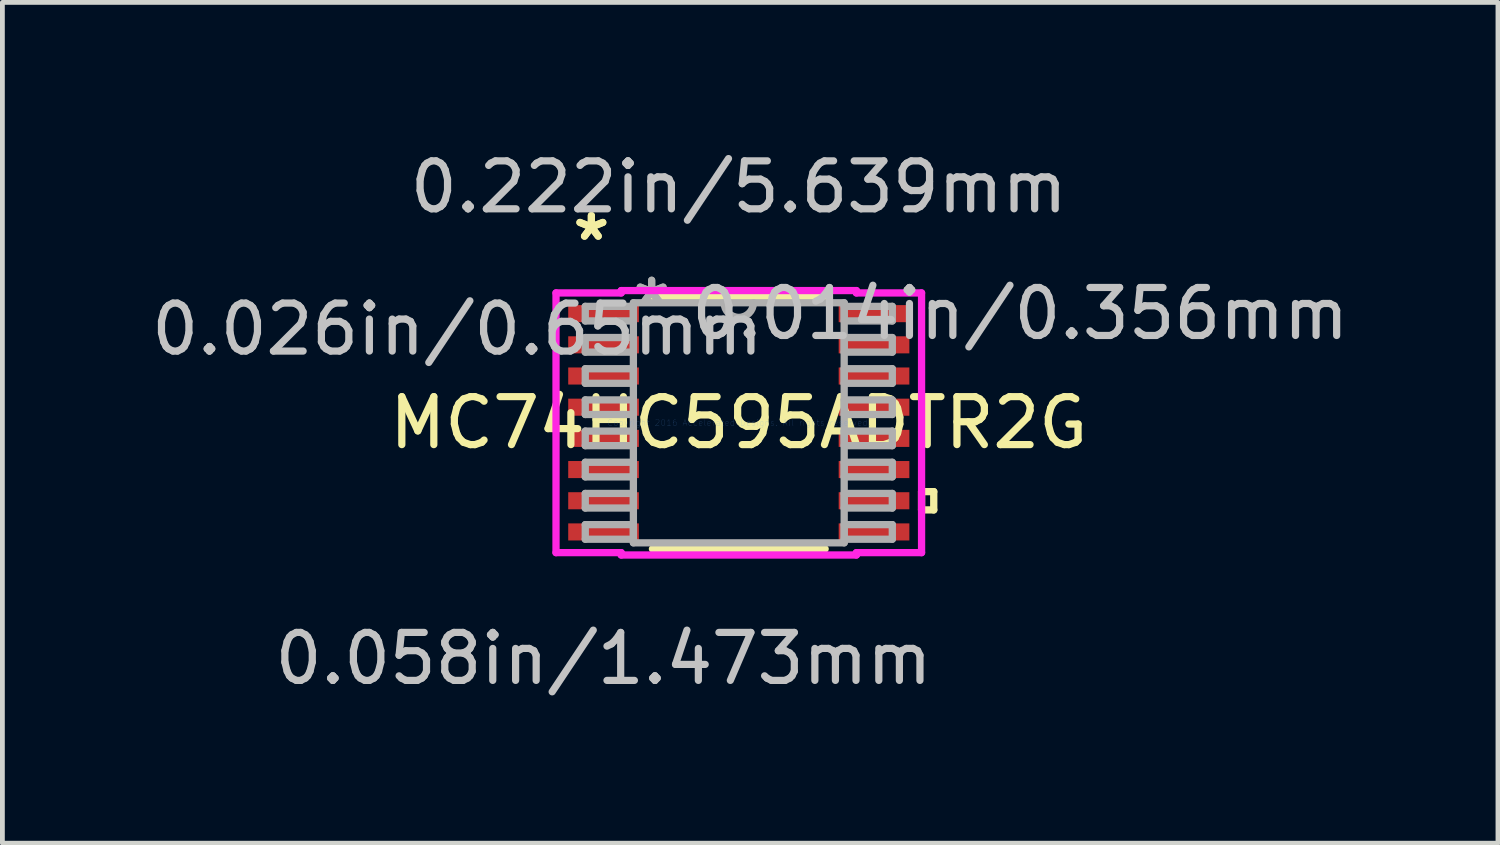
<source format=kicad_pcb>
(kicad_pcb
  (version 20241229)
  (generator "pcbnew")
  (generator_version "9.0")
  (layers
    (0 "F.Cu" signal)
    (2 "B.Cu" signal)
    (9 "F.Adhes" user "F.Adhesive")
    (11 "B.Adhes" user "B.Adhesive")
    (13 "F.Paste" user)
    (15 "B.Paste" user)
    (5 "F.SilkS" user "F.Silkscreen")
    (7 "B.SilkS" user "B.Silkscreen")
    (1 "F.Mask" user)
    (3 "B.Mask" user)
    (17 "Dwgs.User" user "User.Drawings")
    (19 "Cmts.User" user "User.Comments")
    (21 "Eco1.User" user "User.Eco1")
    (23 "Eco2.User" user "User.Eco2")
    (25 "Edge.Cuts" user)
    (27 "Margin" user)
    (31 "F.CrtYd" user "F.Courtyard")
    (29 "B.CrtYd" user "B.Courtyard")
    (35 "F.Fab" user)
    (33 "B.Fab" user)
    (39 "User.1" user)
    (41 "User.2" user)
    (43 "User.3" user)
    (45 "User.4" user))
  (footprint "MC74HC595ADTR2G"
    (layer "F.Cu")
    (at 12.35 5.763)
    (property "Reference" "MC74HC595ADTR2G" (at 0 0 0) (layer "F.SilkS") (effects (font (size 1 1) (thickness 0.15))))
    (attr through_hole)
    (fp_line (start -1.8 2.629) (end 1.8 2.629) (stroke (width 0.152) (type solid)) (layer "F.SilkS"))
    (fp_line (start 1.8 -2.629) (end -1.8 -2.629) (stroke (width 0.152) (type solid)) (layer "F.SilkS"))
    (fp_line (start 3.81 1.435) (end 4.064 1.435) (stroke (width 0.152) (type solid)) (layer "F.SilkS"))
    (fp_line (start 3.81 1.816) (end 3.81 1.435) (stroke (width 0.152) (type solid)) (layer "F.SilkS"))
    (fp_line (start 4.064 1.435) (end 4.064 1.816) (stroke (width 0.152) (type solid)) (layer "F.SilkS"))
    (fp_line (start 4.064 1.816) (end 3.81 1.816) (stroke (width 0.152) (type solid)) (layer "F.SilkS"))
    (fp_line (start -3.81 -2.707) (end -2.451 -2.707) (stroke (width 0.152) (type solid)) (layer "F.CrtYd"))
    (fp_line (start -3.81 2.707) (end -3.81 -2.707) (stroke (width 0.152) (type solid)) (layer "F.CrtYd"))
    (fp_line (start -2.451 -2.756) (end 2.451 -2.756) (stroke (width 0.152) (type solid)) (layer "F.CrtYd"))
    (fp_line (start -2.451 -2.707) (end -2.451 -2.756) (stroke (width 0.152) (type solid)) (layer "F.CrtYd"))
    (fp_line (start -2.451 2.707) (end -3.81 2.707) (stroke (width 0.152) (type solid)) (layer "F.CrtYd"))
    (fp_line (start -2.451 2.756) (end -2.451 2.707) (stroke (width 0.152) (type solid)) (layer "F.CrtYd"))
    (fp_line (start 2.451 -2.756) (end 2.451 -2.707) (stroke (width 0.152) (type solid)) (layer "F.CrtYd"))
    (fp_line (start 2.451 -2.707) (end 3.81 -2.707) (stroke (width 0.152) (type solid)) (layer "F.CrtYd"))
    (fp_line (start 2.451 2.707) (end 2.451 2.756) (stroke (width 0.152) (type solid)) (layer "F.CrtYd"))
    (fp_line (start 2.451 2.756) (end -2.451 2.756) (stroke (width 0.152) (type solid)) (layer "F.CrtYd"))
    (fp_line (start 3.81 -2.707) (end 3.81 2.707) (stroke (width 0.152) (type solid)) (layer "F.CrtYd"))
    (fp_line (start 3.81 2.707) (end 2.451 2.707) (stroke (width 0.152) (type solid)) (layer "F.CrtYd"))
    (fp_line (start -3.2 -2.427) (end -3.2 -2.123) (stroke (width 0.152) (type solid)) (layer "F.Fab"))
    (fp_line (start -3.2 -2.123) (end -2.197 -2.123) (stroke (width 0.152) (type solid)) (layer "F.Fab"))
    (fp_line (start -3.2 -1.777) (end -3.2 -1.473) (stroke (width 0.152) (type solid)) (layer "F.Fab"))
    (fp_line (start -3.2 -1.473) (end -2.197 -1.473) (stroke (width 0.152) (type solid)) (layer "F.Fab"))
    (fp_line (start -3.2 -1.127) (end -3.2 -0.823) (stroke (width 0.152) (type solid)) (layer "F.Fab"))
    (fp_line (start -3.2 -0.823) (end -2.197 -0.823) (stroke (width 0.152) (type solid)) (layer "F.Fab"))
    (fp_line (start -3.2 -0.477) (end -3.2 -0.173) (stroke (width 0.152) (type solid)) (layer "F.Fab"))
    (fp_line (start -3.2 -0.173) (end -2.197 -0.173) (stroke (width 0.152) (type solid)) (layer "F.Fab"))
    (fp_line (start -3.2 0.173) (end -3.2 0.477) (stroke (width 0.152) (type solid)) (layer "F.Fab"))
    (fp_line (start -3.2 0.477) (end -2.197 0.477) (stroke (width 0.152) (type solid)) (layer "F.Fab"))
    (fp_line (start -3.2 0.823) (end -3.2 1.127) (stroke (width 0.152) (type solid)) (layer "F.Fab"))
    (fp_line (start -3.2 1.127) (end -2.197 1.127) (stroke (width 0.152) (type solid)) (layer "F.Fab"))
    (fp_line (start -3.2 1.473) (end -3.2 1.777) (stroke (width 0.152) (type solid)) (layer "F.Fab"))
    (fp_line (start -3.2 1.777) (end -2.197 1.777) (stroke (width 0.152) (type solid)) (layer "F.Fab"))
    (fp_line (start -3.2 2.123) (end -3.2 2.427) (stroke (width 0.152) (type solid)) (layer "F.Fab"))
    (fp_line (start -3.2 2.427) (end -2.197 2.427) (stroke (width 0.152) (type solid)) (layer "F.Fab"))
    (fp_line (start -2.197 -2.502) (end -2.197 2.502) (stroke (width 0.152) (type solid)) (layer "F.Fab"))
    (fp_line (start -2.197 -2.427) (end -3.2 -2.427) (stroke (width 0.152) (type solid)) (layer "F.Fab"))
    (fp_line (start -2.197 -2.123) (end -2.197 -2.427) (stroke (width 0.152) (type solid)) (layer "F.Fab"))
    (fp_line (start -2.197 -1.777) (end -3.2 -1.777) (stroke (width 0.152) (type solid)) (layer "F.Fab"))
    (fp_line (start -2.197 -1.473) (end -2.197 -1.777) (stroke (width 0.152) (type solid)) (layer "F.Fab"))
    (fp_line (start -2.197 -1.127) (end -3.2 -1.127) (stroke (width 0.152) (type solid)) (layer "F.Fab"))
    (fp_line (start -2.197 -0.823) (end -2.197 -1.127) (stroke (width 0.152) (type solid)) (layer "F.Fab"))
    (fp_line (start -2.197 -0.477) (end -3.2 -0.477) (stroke (width 0.152) (type solid)) (layer "F.Fab"))
    (fp_line (start -2.197 -0.173) (end -2.197 -0.477) (stroke (width 0.152) (type solid)) (layer "F.Fab"))
    (fp_line (start -2.197 0.173) (end -3.2 0.173) (stroke (width 0.152) (type solid)) (layer "F.Fab"))
    (fp_line (start -2.197 0.477) (end -2.197 0.173) (stroke (width 0.152) (type solid)) (layer "F.Fab"))
    (fp_line (start -2.197 0.823) (end -3.2 0.823) (stroke (width 0.152) (type solid)) (layer "F.Fab"))
    (fp_line (start -2.197 1.127) (end -2.197 0.823) (stroke (width 0.152) (type solid)) (layer "F.Fab"))
    (fp_line (start -2.197 1.473) (end -3.2 1.473) (stroke (width 0.152) (type solid)) (layer "F.Fab"))
    (fp_line (start -2.197 1.777) (end -2.197 1.473) (stroke (width 0.152) (type solid)) (layer "F.Fab"))
    (fp_line (start -2.197 2.123) (end -3.2 2.123) (stroke (width 0.152) (type solid)) (layer "F.Fab"))
    (fp_line (start -2.197 2.427) (end -2.197 2.123) (stroke (width 0.152) (type solid)) (layer "F.Fab"))
    (fp_line (start -2.197 2.502) (end 2.197 2.502) (stroke (width 0.152) (type solid)) (layer "F.Fab"))
    (fp_line (start 2.197 -2.502) (end -2.197 -2.502) (stroke (width 0.152) (type solid)) (layer "F.Fab"))
    (fp_line (start 2.197 -2.427) (end 2.197 -2.123) (stroke (width 0.152) (type solid)) (layer "F.Fab"))
    (fp_line (start 2.197 -2.123) (end 3.2 -2.123) (stroke (width 0.152) (type solid)) (layer "F.Fab"))
    (fp_line (start 2.197 -1.777) (end 2.197 -1.473) (stroke (width 0.152) (type solid)) (layer "F.Fab"))
    (fp_line (start 2.197 -1.473) (end 3.2 -1.473) (stroke (width 0.152) (type solid)) (layer "F.Fab"))
    (fp_line (start 2.197 -1.127) (end 2.197 -0.823) (stroke (width 0.152) (type solid)) (layer "F.Fab"))
    (fp_line (start 2.197 -0.823) (end 3.2 -0.823) (stroke (width 0.152) (type solid)) (layer "F.Fab"))
    (fp_line (start 2.197 -0.477) (end 2.197 -0.173) (stroke (width 0.152) (type solid)) (layer "F.Fab"))
    (fp_line (start 2.197 -0.173) (end 3.2 -0.173) (stroke (width 0.152) (type solid)) (layer "F.Fab"))
    (fp_line (start 2.197 0.173) (end 2.197 0.477) (stroke (width 0.152) (type solid)) (layer "F.Fab"))
    (fp_line (start 2.197 0.477) (end 3.2 0.477) (stroke (width 0.152) (type solid)) (layer "F.Fab"))
    (fp_line (start 2.197 0.823) (end 2.197 1.127) (stroke (width 0.152) (type solid)) (layer "F.Fab"))
    (fp_line (start 2.197 1.127) (end 3.2 1.127) (stroke (width 0.152) (type solid)) (layer "F.Fab"))
    (fp_line (start 2.197 1.473) (end 2.197 1.777) (stroke (width 0.152) (type solid)) (layer "F.Fab"))
    (fp_line (start 2.197 1.777) (end 3.2 1.777) (stroke (width 0.152) (type solid)) (layer "F.Fab"))
    (fp_line (start 2.197 2.123) (end 2.197 2.427) (stroke (width 0.152) (type solid)) (layer "F.Fab"))
    (fp_line (start 2.197 2.427) (end 3.2 2.427) (stroke (width 0.152) (type solid)) (layer "F.Fab"))
    (fp_line (start 2.197 2.502) (end 2.197 -2.502) (stroke (width 0.152) (type solid)) (layer "F.Fab"))
    (fp_line (start 3.2 -2.427) (end 2.197 -2.427) (stroke (width 0.152) (type solid)) (layer "F.Fab"))
    (fp_line (start 3.2 -2.123) (end 3.2 -2.427) (stroke (width 0.152) (type solid)) (layer "F.Fab"))
    (fp_line (start 3.2 -1.777) (end 2.197 -1.777) (stroke (width 0.152) (type solid)) (layer "F.Fab"))
    (fp_line (start 3.2 -1.473) (end 3.2 -1.777) (stroke (width 0.152) (type solid)) (layer "F.Fab"))
    (fp_line (start 3.2 -1.127) (end 2.197 -1.127) (stroke (width 0.152) (type solid)) (layer "F.Fab"))
    (fp_line (start 3.2 -0.823) (end 3.2 -1.127) (stroke (width 0.152) (type solid)) (layer "F.Fab"))
    (fp_line (start 3.2 -0.477) (end 2.197 -0.477) (stroke (width 0.152) (type solid)) (layer "F.Fab"))
    (fp_line (start 3.2 -0.173) (end 3.2 -0.477) (stroke (width 0.152) (type solid)) (layer "F.Fab"))
    (fp_line (start 3.2 0.173) (end 2.197 0.173) (stroke (width 0.152) (type solid)) (layer "F.Fab"))
    (fp_line (start 3.2 0.477) (end 3.2 0.173) (stroke (width 0.152) (type solid)) (layer "F.Fab"))
    (fp_line (start 3.2 0.823) (end 2.197 0.823) (stroke (width 0.152) (type solid)) (layer "F.Fab"))
    (fp_line (start 3.2 1.127) (end 3.2 0.823) (stroke (width 0.152) (type solid)) (layer "F.Fab"))
    (fp_line (start 3.2 1.473) (end 2.197 1.473) (stroke (width 0.152) (type solid)) (layer "F.Fab"))
    (fp_line (start 3.2 1.777) (end 3.2 1.473) (stroke (width 0.152) (type solid)) (layer "F.Fab"))
    (fp_line (start 3.2 2.123) (end 2.197 2.123) (stroke (width 0.152) (type solid)) (layer "F.Fab"))
    (fp_line (start 3.2 2.427) (end 3.2 2.123) (stroke (width 0.152) (type solid)) (layer "F.Fab"))
    (fp_arc (start 0.3048 -2.5019) (mid 0 -2.1971) (end -0.3048 -2.5019) (stroke (width 0.1524) (type solid)) (layer "F.Fab"))
    (fp_text user "*" (at -3.073 -3.774 0) (layer "F.SilkS") (effects (font (size 1 1) (thickness 0.15))))
    (fp_text user "*" (at -3.073 -3.774 0) (layer "F.SilkS") (effects (font (size 1 1) (thickness 0.15))))
    (fp_text user "0.058in/1.473mm" (at -2.819 4.915 0) (layer "Dwgs.User") (effects (font (size 1 1) (thickness 0.15))))
    (fp_text user "0.222in/5.639mm" (at 0 -4.915 0) (layer "Dwgs.User") (effects (font (size 1 1) (thickness 0.15))))
    (fp_text user "0.014in/0.356mm" (at 5.867 -2.275 0) (layer "Dwgs.User") (effects (font (size 1 1) (thickness 0.15))))
    (fp_text user "0.026in/0.65mm" (at -5.867 -1.95 0) (layer "Dwgs.User") (effects (font (size 1 1) (thickness 0.15))))
    (fp_text user "Copyright 2016 Accelerated Designs. All rights reserved." (at 0 0 0) (layer "Cmts.User") (effects (font (size 0.127 0.127) (thickness 0.002))))
    (fp_text user "*" (at -1.816 -2.426 0) (layer "F.Fab") (effects (font (size 1 1) (thickness 0.15))))
    (fp_text user "*" (at -1.816 -2.426 0) (layer "F.Fab") (effects (font (size 1 1) (thickness 0.15))))
    (pad "1" smd rect (at -2.819 -2.275) (size 1.473 0.356) (layers "F.Cu" "F.Mask" "F.Paste"))
    (pad "2" smd rect (at -2.819 -1.625) (size 1.473 0.356) (layers "F.Cu" "F.Mask" "F.Paste"))
    (pad "3" smd rect (at -2.819 -0.975) (size 1.473 0.356) (layers "F.Cu" "F.Mask" "F.Paste"))
    (pad "4" smd rect (at -2.819 -0.325) (size 1.473 0.356) (layers "F.Cu" "F.Mask" "F.Paste"))
    (pad "5" smd rect (at -2.819 0.325) (size 1.473 0.356) (layers "F.Cu" "F.Mask" "F.Paste"))
    (pad "6" smd rect (at -2.819 0.975) (size 1.473 0.356) (layers "F.Cu" "F.Mask" "F.Paste"))
    (pad "7" smd rect (at -2.819 1.625) (size 1.473 0.356) (layers "F.Cu" "F.Mask" "F.Paste"))
    (pad "8" smd rect (at -2.819 2.275) (size 1.473 0.356) (layers "F.Cu" "F.Mask" "F.Paste"))
    (pad "9" smd rect (at 2.819 2.275) (size 1.473 0.356) (layers "F.Cu" "F.Mask" "F.Paste"))
    (pad "10" smd rect (at 2.819 1.625) (size 1.473 0.356) (layers "F.Cu" "F.Mask" "F.Paste"))
    (pad "11" smd rect (at 2.819 0.975) (size 1.473 0.356) (layers "F.Cu" "F.Mask" "F.Paste"))
    (pad "12" smd rect (at 2.819 0.325) (size 1.473 0.356) (layers "F.Cu" "F.Mask" "F.Paste"))
    (pad "13" smd rect (at 2.819 -0.325) (size 1.473 0.356) (layers "F.Cu" "F.Mask" "F.Paste"))
    (pad "14" smd rect (at 2.819 -0.975) (size 1.473 0.356) (layers "F.Cu" "F.Mask" "F.Paste"))
    (pad "15" smd rect (at 2.819 -1.625) (size 1.473 0.356) (layers "F.Cu" "F.Mask" "F.Paste"))
    (pad "16" smd rect (at 2.819 -2.275) (size 1.473 0.356) (layers "F.Cu" "F.Mask" "F.Paste")))
  (gr_rect
    (start -3 -3)
    (end 28.175 14.526)
    (stroke (width 0.1) (type default))
    (fill no)
    (layer "Edge.Cuts")))
</source>
